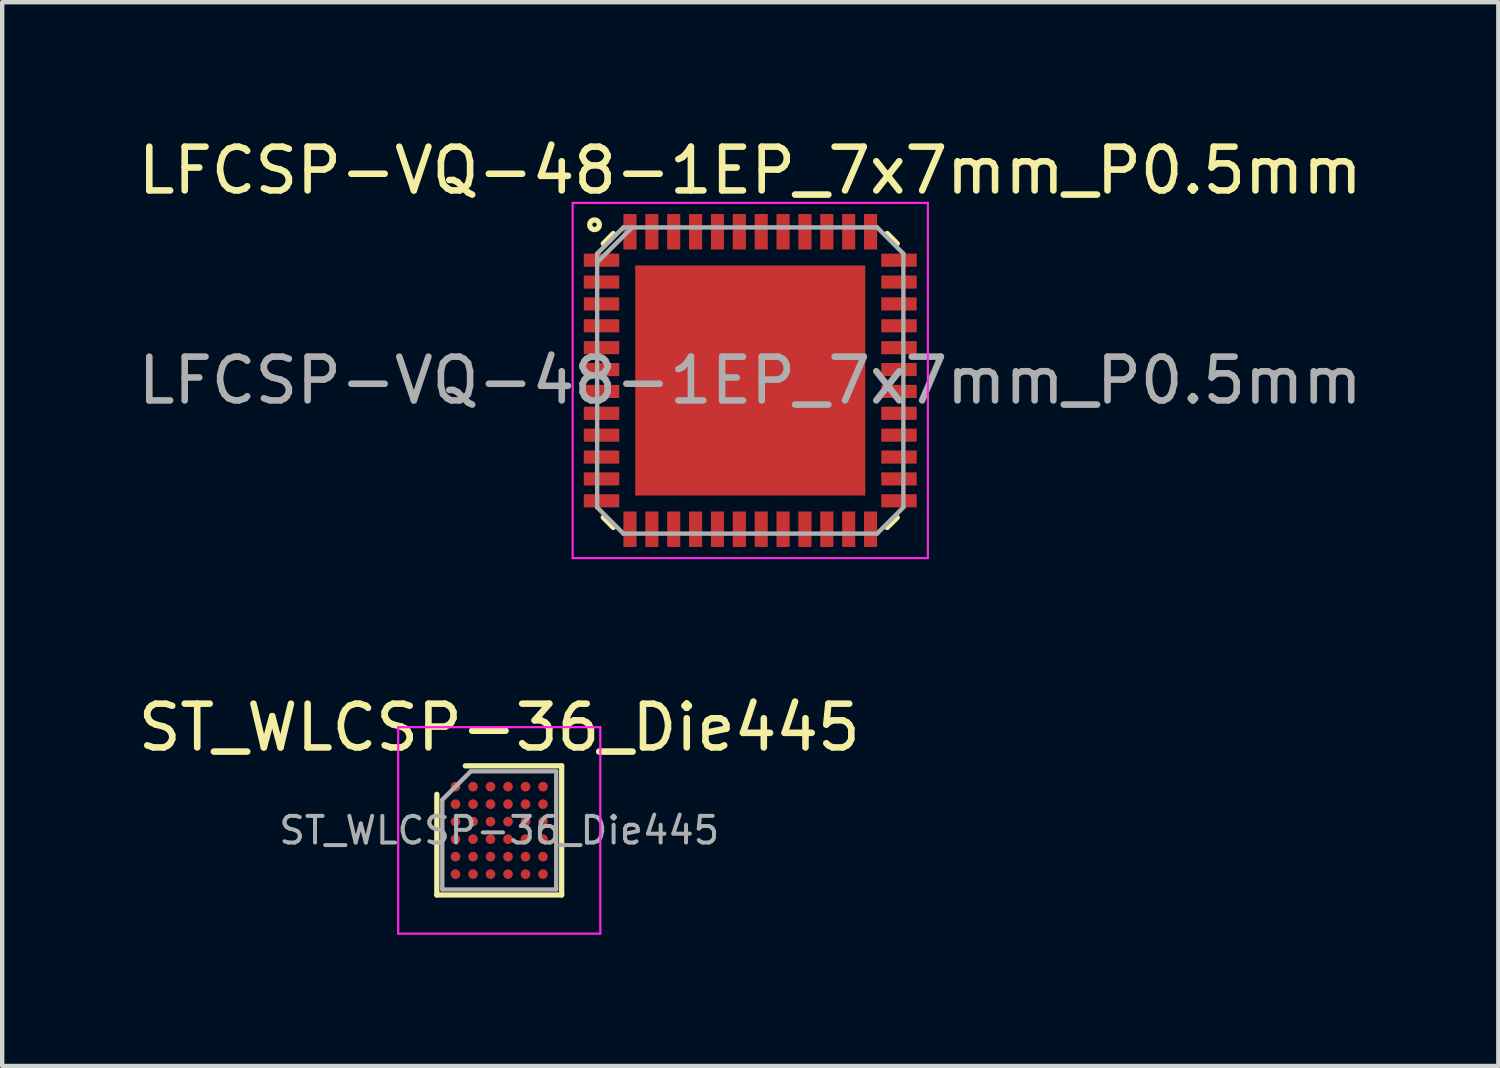
<source format=kicad_pcb>
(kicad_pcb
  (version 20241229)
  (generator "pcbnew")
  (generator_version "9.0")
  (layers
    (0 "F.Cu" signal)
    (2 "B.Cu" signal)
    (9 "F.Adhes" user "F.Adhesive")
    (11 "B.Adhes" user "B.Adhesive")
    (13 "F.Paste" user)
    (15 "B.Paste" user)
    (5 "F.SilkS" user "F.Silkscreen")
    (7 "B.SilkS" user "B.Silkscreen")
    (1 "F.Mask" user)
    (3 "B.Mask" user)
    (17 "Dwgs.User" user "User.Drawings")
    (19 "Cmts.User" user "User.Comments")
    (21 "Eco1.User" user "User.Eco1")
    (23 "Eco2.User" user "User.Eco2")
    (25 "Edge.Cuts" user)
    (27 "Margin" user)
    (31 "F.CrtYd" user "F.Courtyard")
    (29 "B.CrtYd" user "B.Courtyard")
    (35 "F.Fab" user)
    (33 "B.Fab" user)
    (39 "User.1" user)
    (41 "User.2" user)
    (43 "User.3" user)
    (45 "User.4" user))
  (footprint "ST_WLCSP-36_Die445"
    (layer "F.Cu")
    (at 8.363 15.933)
    (property "Reference" "ST_WLCSP-36_Die445" (at 0 -2.352 0) (layer "F.SilkS") (effects (font (size 1 1) (thickness 0.15))))
    (attr smd)
    (fp_line (start -1.427 1.476) (end -1.427 -0.825) (stroke (width 0.12) (type solid)) (layer "F.SilkS"))
    (fp_line (start -0.776 -1.476) (end 1.427 -1.476) (stroke (width 0.12) (type solid)) (layer "F.SilkS"))
    (fp_line (start 1.427 -1.476) (end 1.427 1.476) (stroke (width 0.12) (type solid)) (layer "F.SilkS"))
    (fp_line (start 1.427 1.476) (end -1.427 1.476) (stroke (width 0.12) (type solid)) (layer "F.SilkS"))
    (fp_line (start -2.31 -2.36) (end -2.31 2.36) (stroke (width 0.05) (type solid)) (layer "F.CrtYd"))
    (fp_line (start -2.31 2.36) (end 2.31 2.36) (stroke (width 0.05) (type solid)) (layer "F.CrtYd"))
    (fp_line (start 2.31 -2.36) (end -2.31 -2.36) (stroke (width 0.05) (type solid)) (layer "F.CrtYd"))
    (fp_line (start 2.31 2.36) (end 2.31 -2.36) (stroke (width 0.05) (type solid)) (layer "F.CrtYd"))
    (fp_line (start -1.302 -0.7) (end -0.651 -1.351) (stroke (width 0.1) (type solid)) (layer "F.Fab"))
    (fp_line (start -1.302 1.351) (end -1.302 -0.7) (stroke (width 0.1) (type solid)) (layer "F.Fab"))
    (fp_line (start -0.651 -1.351) (end 1.302 -1.351) (stroke (width 0.1) (type solid)) (layer "F.Fab"))
    (fp_line (start 1.302 -1.351) (end 1.302 1.351) (stroke (width 0.1) (type solid)) (layer "F.Fab"))
    (fp_line (start 1.302 1.351) (end -1.302 1.351) (stroke (width 0.1) (type solid)) (layer "F.Fab"))
    (fp_text user "${REFERENCE}" (at 0 0 0) (layer "F.Fab") (effects (font (size 0.61 0.61) (thickness 0.091))))
    (pad "A1" smd circle (at -1 -1) (size 0.22 0.22) (layers "F.Cu" "F.Mask" "F.Paste"))
    (pad "A2" smd circle (at -0.6 -1) (size 0.22 0.22) (layers "F.Cu" "F.Mask" "F.Paste"))
    (pad "A3" smd circle (at -0.2 -1) (size 0.22 0.22) (layers "F.Cu" "F.Mask" "F.Paste"))
    (pad "A4" smd circle (at 0.2 -1) (size 0.22 0.22) (layers "F.Cu" "F.Mask" "F.Paste"))
    (pad "A5" smd circle (at 0.6 -1) (size 0.22 0.22) (layers "F.Cu" "F.Mask" "F.Paste"))
    (pad "A6" smd circle (at 1 -1) (size 0.22 0.22) (layers "F.Cu" "F.Mask" "F.Paste"))
    (pad "B1" smd circle (at -1 -0.6) (size 0.22 0.22) (layers "F.Cu" "F.Mask" "F.Paste"))
    (pad "B2" smd circle (at -0.6 -0.6) (size 0.22 0.22) (layers "F.Cu" "F.Mask" "F.Paste"))
    (pad "B3" smd circle (at -0.2 -0.6) (size 0.22 0.22) (layers "F.Cu" "F.Mask" "F.Paste"))
    (pad "B4" smd circle (at 0.2 -0.6) (size 0.22 0.22) (layers "F.Cu" "F.Mask" "F.Paste"))
    (pad "B5" smd circle (at 0.6 -0.6) (size 0.22 0.22) (layers "F.Cu" "F.Mask" "F.Paste"))
    (pad "B6" smd circle (at 1 -0.6) (size 0.22 0.22) (layers "F.Cu" "F.Mask" "F.Paste"))
    (pad "C1" smd circle (at -1 -0.2) (size 0.22 0.22) (layers "F.Cu" "F.Mask" "F.Paste"))
    (pad "C2" smd circle (at -0.6 -0.2) (size 0.22 0.22) (layers "F.Cu" "F.Mask" "F.Paste"))
    (pad "C3" smd circle (at -0.2 -0.2) (size 0.22 0.22) (layers "F.Cu" "F.Mask" "F.Paste"))
    (pad "C4" smd circle (at 0.2 -0.2) (size 0.22 0.22) (layers "F.Cu" "F.Mask" "F.Paste"))
    (pad "C5" smd circle (at 0.6 -0.2) (size 0.22 0.22) (layers "F.Cu" "F.Mask" "F.Paste"))
    (pad "C6" smd circle (at 1 -0.2) (size 0.22 0.22) (layers "F.Cu" "F.Mask" "F.Paste"))
    (pad "D1" smd circle (at -1 0.2) (size 0.22 0.22) (layers "F.Cu" "F.Mask" "F.Paste"))
    (pad "D2" smd circle (at -0.6 0.2) (size 0.22 0.22) (layers "F.Cu" "F.Mask" "F.Paste"))
    (pad "D3" smd circle (at -0.2 0.2) (size 0.22 0.22) (layers "F.Cu" "F.Mask" "F.Paste"))
    (pad "D4" smd circle (at 0.2 0.2) (size 0.22 0.22) (layers "F.Cu" "F.Mask" "F.Paste"))
    (pad "D5" smd circle (at 0.6 0.2) (size 0.22 0.22) (layers "F.Cu" "F.Mask" "F.Paste"))
    (pad "D6" smd circle (at 1 0.2) (size 0.22 0.22) (layers "F.Cu" "F.Mask" "F.Paste"))
    (pad "E1" smd circle (at -1 0.6) (size 0.22 0.22) (layers "F.Cu" "F.Mask" "F.Paste"))
    (pad "E2" smd circle (at -0.6 0.6) (size 0.22 0.22) (layers "F.Cu" "F.Mask" "F.Paste"))
    (pad "E3" smd circle (at -0.2 0.6) (size 0.22 0.22) (layers "F.Cu" "F.Mask" "F.Paste"))
    (pad "E4" smd circle (at 0.2 0.6) (size 0.22 0.22) (layers "F.Cu" "F.Mask" "F.Paste"))
    (pad "E5" smd circle (at 0.6 0.6) (size 0.22 0.22) (layers "F.Cu" "F.Mask" "F.Paste"))
    (pad "E6" smd circle (at 1 0.6) (size 0.22 0.22) (layers "F.Cu" "F.Mask" "F.Paste"))
    (pad "F1" smd circle (at -1 1) (size 0.22 0.22) (layers "F.Cu" "F.Mask" "F.Paste"))
    (pad "F2" smd circle (at -0.6 1) (size 0.22 0.22) (layers "F.Cu" "F.Mask" "F.Paste"))
    (pad "F3" smd circle (at -0.2 1) (size 0.22 0.22) (layers "F.Cu" "F.Mask" "F.Paste"))
    (pad "F4" smd circle (at 0.2 1) (size 0.22 0.22) (layers "F.Cu" "F.Mask" "F.Paste"))
    (pad "F5" smd circle (at 0.6 1) (size 0.22 0.22) (layers "F.Cu" "F.Mask" "F.Paste"))
    (pad "F6" smd circle (at 1 1) (size 0.22 0.22) (layers "F.Cu" "F.Mask" "F.Paste")))
  (footprint "LFCSP-VQ-48-1EP_7x7mm_P0.5mm"
    (layer "F.Cu")
    (at 14.101 5.648)
    (property "Reference" "LFCSP-VQ-48-1EP_7x7mm_P0.5mm" (at 0 -4.8 0) (layer "F.SilkS") (effects (font (size 1 1) (thickness 0.15))))
    (attr smd)
    (fp_line (start -3.13 -3.36) (end -3.36 -3.13) (stroke (width 0.12) (type solid)) (layer "F.SilkS"))
    (fp_line (start -3.13 3.36) (end -3.36 3.13) (stroke (width 0.12) (type solid)) (layer "F.SilkS"))
    (fp_line (start 3.13 -3.36) (end 3.36 -3.13) (stroke (width 0.12) (type solid)) (layer "F.SilkS"))
    (fp_line (start 3.13 3.36) (end 3.36 3.13) (stroke (width 0.12) (type solid)) (layer "F.SilkS"))
    (fp_circle (center -3.56 -3.56) (end -3.51 -3.56) (stroke (width 0.12) (type solid)) (fill no) (layer "F.SilkS"))
    (fp_line (start -4.06 -4.06) (end 4.06 -4.06) (stroke (width 0.05) (type solid)) (layer "F.CrtYd"))
    (fp_line (start -4.06 4.06) (end -4.06 -4.06) (stroke (width 0.05) (type solid)) (layer "F.CrtYd"))
    (fp_line (start 4.06 -4.06) (end 4.06 4.06) (stroke (width 0.05) (type solid)) (layer "F.CrtYd"))
    (fp_line (start 4.06 4.06) (end -4.06 4.06) (stroke (width 0.05) (type solid)) (layer "F.CrtYd"))
    (fp_line (start -3.5 -2.9) (end -2.9 -3.5) (stroke (width 0.1) (type solid)) (layer "F.Fab"))
    (fp_line (start -3.5 -2.7) (end -2.7 -3.5) (stroke (width 0.1) (type solid)) (layer "F.Fab"))
    (fp_line (start -3.5 2.9) (end -3.5 -2.9) (stroke (width 0.1) (type solid)) (layer "F.Fab"))
    (fp_line (start -2.9 -3.5) (end 2.9 -3.5) (stroke (width 0.1) (type solid)) (layer "F.Fab"))
    (fp_line (start -2.9 3.5) (end -3.5 2.9) (stroke (width 0.1) (type solid)) (layer "F.Fab"))
    (fp_line (start 2.9 -3.5) (end 3.5 -2.9) (stroke (width 0.1) (type solid)) (layer "F.Fab"))
    (fp_line (start 2.9 3.5) (end -2.9 3.5) (stroke (width 0.1) (type solid)) (layer "F.Fab"))
    (fp_line (start 2.9 3.5) (end 3.5 2.9) (stroke (width 0.1) (type solid)) (layer "F.Fab"))
    (fp_line (start 3.5 -2.9) (end 3.5 2.9) (stroke (width 0.1) (type solid)) (layer "F.Fab"))
    (fp_text user "${REFERENCE}" (at 0 0 0) (layer "F.Fab") (effects (font (size 1 1) (thickness 0.15))))
    (pad "1" smd rect (at -3.4 -2.75) (size 0.81 0.3) (layers "F.Cu" "F.Mask" "F.Paste"))
    (pad "2" smd rect (at -3.4 -2.25) (size 0.81 0.3) (layers "F.Cu" "F.Mask" "F.Paste"))
    (pad "3" smd rect (at -3.4 -1.75) (size 0.81 0.3) (layers "F.Cu" "F.Mask" "F.Paste"))
    (pad "4" smd rect (at -3.4 -1.25) (size 0.81 0.3) (layers "F.Cu" "F.Mask" "F.Paste"))
    (pad "5" smd rect (at -3.4 -0.75) (size 0.81 0.3) (layers "F.Cu" "F.Mask" "F.Paste"))
    (pad "6" smd rect (at -3.4 -0.25) (size 0.81 0.3) (layers "F.Cu" "F.Mask" "F.Paste"))
    (pad "7" smd rect (at -3.4 0.25) (size 0.81 0.3) (layers "F.Cu" "F.Mask" "F.Paste"))
    (pad "8" smd rect (at -3.4 0.75) (size 0.81 0.3) (layers "F.Cu" "F.Mask" "F.Paste"))
    (pad "9" smd rect (at -3.4 1.25) (size 0.81 0.3) (layers "F.Cu" "F.Mask" "F.Paste"))
    (pad "10" smd rect (at -3.4 1.75) (size 0.81 0.3) (layers "F.Cu" "F.Mask" "F.Paste"))
    (pad "11" smd rect (at -3.4 2.25) (size 0.81 0.3) (layers "F.Cu" "F.Mask" "F.Paste"))
    (pad "12" smd rect (at -3.4 2.75) (size 0.81 0.3) (layers "F.Cu" "F.Mask" "F.Paste"))
    (pad "13" smd rect (at -2.75 3.4) (size 0.3 0.81) (layers "F.Cu" "F.Mask" "F.Paste"))
    (pad "14" smd rect (at -2.25 3.4) (size 0.3 0.81) (layers "F.Cu" "F.Mask" "F.Paste"))
    (pad "15" smd rect (at -1.75 3.4) (size 0.3 0.81) (layers "F.Cu" "F.Mask" "F.Paste"))
    (pad "16" smd rect (at -1.25 3.4) (size 0.3 0.81) (layers "F.Cu" "F.Mask" "F.Paste"))
    (pad "17" smd rect (at -0.75 3.4) (size 0.3 0.81) (layers "F.Cu" "F.Mask" "F.Paste"))
    (pad "18" smd rect (at -0.25 3.4) (size 0.3 0.81) (layers "F.Cu" "F.Mask" "F.Paste"))
    (pad "19" smd rect (at 0.25 3.4) (size 0.3 0.81) (layers "F.Cu" "F.Mask" "F.Paste"))
    (pad "20" smd rect (at 0.75 3.4) (size 0.3 0.81) (layers "F.Cu" "F.Mask" "F.Paste"))
    (pad "21" smd rect (at 1.25 3.4) (size 0.3 0.81) (layers "F.Cu" "F.Mask" "F.Paste"))
    (pad "22" smd rect (at 1.75 3.4) (size 0.3 0.81) (layers "F.Cu" "F.Mask" "F.Paste"))
    (pad "23" smd rect (at 2.25 3.4) (size 0.3 0.81) (layers "F.Cu" "F.Mask" "F.Paste"))
    (pad "24" smd rect (at 2.75 3.4) (size 0.3 0.81) (layers "F.Cu" "F.Mask" "F.Paste"))
    (pad "25" smd rect (at 3.4 2.75) (size 0.81 0.3) (layers "F.Cu" "F.Mask" "F.Paste"))
    (pad "26" smd rect (at 3.4 2.25) (size 0.81 0.3) (layers "F.Cu" "F.Mask" "F.Paste"))
    (pad "27" smd rect (at 3.4 1.75) (size 0.81 0.3) (layers "F.Cu" "F.Mask" "F.Paste"))
    (pad "28" smd rect (at 3.4 1.25) (size 0.81 0.3) (layers "F.Cu" "F.Mask" "F.Paste"))
    (pad "29" smd rect (at 3.4 0.75) (size 0.81 0.3) (layers "F.Cu" "F.Mask" "F.Paste"))
    (pad "30" smd rect (at 3.4 0.25) (size 0.81 0.3) (layers "F.Cu" "F.Mask" "F.Paste"))
    (pad "31" smd rect (at 3.4 -0.25) (size 0.81 0.3) (layers "F.Cu" "F.Mask" "F.Paste"))
    (pad "32" smd rect (at 3.4 -0.75) (size 0.81 0.3) (layers "F.Cu" "F.Mask" "F.Paste"))
    (pad "33" smd rect (at 3.4 -1.25) (size 0.81 0.3) (layers "F.Cu" "F.Mask" "F.Paste"))
    (pad "34" smd rect (at 3.4 -1.75) (size 0.81 0.3) (layers "F.Cu" "F.Mask" "F.Paste"))
    (pad "35" smd rect (at 3.4 -2.25) (size 0.81 0.3) (layers "F.Cu" "F.Mask" "F.Paste"))
    (pad "36" smd rect (at 3.4 -2.75) (size 0.81 0.3) (layers "F.Cu" "F.Mask" "F.Paste"))
    (pad "37" smd rect (at 2.75 -3.4) (size 0.3 0.81) (layers "F.Cu" "F.Mask" "F.Paste"))
    (pad "38" smd rect (at 2.25 -3.4) (size 0.3 0.81) (layers "F.Cu" "F.Mask" "F.Paste"))
    (pad "39" smd rect (at 1.75 -3.4) (size 0.3 0.81) (layers "F.Cu" "F.Mask" "F.Paste"))
    (pad "40" smd rect (at 1.25 -3.4) (size 0.3 0.81) (layers "F.Cu" "F.Mask" "F.Paste"))
    (pad "41" smd rect (at 0.75 -3.4) (size 0.3 0.81) (layers "F.Cu" "F.Mask" "F.Paste"))
    (pad "42" smd rect (at 0.25 -3.4) (size 0.3 0.81) (layers "F.Cu" "F.Mask" "F.Paste"))
    (pad "43" smd rect (at -0.25 -3.4) (size 0.3 0.81) (layers "F.Cu" "F.Mask" "F.Paste"))
    (pad "44" smd rect (at -0.75 -3.4) (size 0.3 0.81) (layers "F.Cu" "F.Mask" "F.Paste"))
    (pad "45" smd rect (at -1.25 -3.4) (size 0.3 0.81) (layers "F.Cu" "F.Mask" "F.Paste"))
    (pad "46" smd rect (at -1.75 -3.4) (size 0.3 0.81) (layers "F.Cu" "F.Mask" "F.Paste"))
    (pad "47" smd rect (at -2.25 -3.4) (size 0.3 0.81) (layers "F.Cu" "F.Mask" "F.Paste"))
    (pad "48" smd rect (at -2.75 -3.4) (size 0.3 0.81) (layers "F.Cu" "F.Mask" "F.Paste"))
    (pad "49" smd rect (at 0 0) (size 5.26 5.26) (layers "F.Cu" "F.Mask" "F.Paste")))
  (gr_rect
    (start -3 -3)
    (end 31.202 21.318)
    (stroke (width 0.1) (type default))
    (fill no)
    (layer "Edge.Cuts")))
</source>
